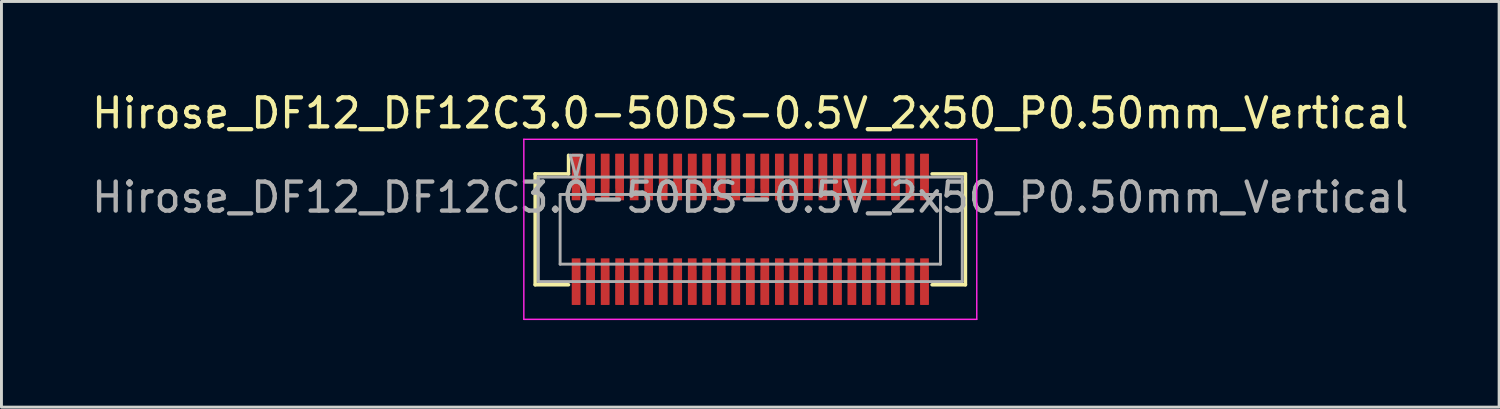
<source format=kicad_pcb>
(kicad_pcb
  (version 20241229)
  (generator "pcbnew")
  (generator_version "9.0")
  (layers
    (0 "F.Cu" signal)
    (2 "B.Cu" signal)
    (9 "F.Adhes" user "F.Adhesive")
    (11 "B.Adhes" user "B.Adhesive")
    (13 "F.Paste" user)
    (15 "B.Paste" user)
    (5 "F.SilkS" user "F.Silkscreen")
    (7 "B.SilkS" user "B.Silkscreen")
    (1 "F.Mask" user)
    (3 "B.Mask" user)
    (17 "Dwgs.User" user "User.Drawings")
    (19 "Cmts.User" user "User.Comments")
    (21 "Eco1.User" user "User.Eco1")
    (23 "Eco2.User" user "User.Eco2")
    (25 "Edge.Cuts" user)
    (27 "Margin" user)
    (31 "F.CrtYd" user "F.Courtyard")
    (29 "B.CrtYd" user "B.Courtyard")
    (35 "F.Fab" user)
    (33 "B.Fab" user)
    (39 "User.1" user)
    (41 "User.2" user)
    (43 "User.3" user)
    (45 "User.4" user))
  (footprint "Hirose_DF12_DF12C3.0-50DS-0.5V_2x50_P0.50mm_Vertical"
    (layer "F.Cu")
    (at 22.792 4.848)
    (property "Reference" "Hirose_DF12_DF12C3.0-50DS-0.5V_2x50_P0.50mm_Vertical" (at 0 -4 0) (layer "F.SilkS") (effects (font (size 1 1) (thickness 0.15))))
    (attr smd)
    (fp_line (start -7.41 -1.91) (end -6.26 -1.91) (stroke (width 0.12) (type solid)) (layer "F.SilkS"))
    (fp_line (start -7.41 1.91) (end -7.41 -1.91) (stroke (width 0.12) (type solid)) (layer "F.SilkS"))
    (fp_line (start -6.26 -1.91) (end -6.26 -2.55) (stroke (width 0.12) (type solid)) (layer "F.SilkS"))
    (fp_line (start -6.26 1.91) (end -7.41 1.91) (stroke (width 0.12) (type solid)) (layer "F.SilkS"))
    (fp_line (start 6.26 1.91) (end 7.41 1.91) (stroke (width 0.12) (type solid)) (layer "F.SilkS"))
    (fp_line (start 7.41 -1.91) (end 6.26 -1.91) (stroke (width 0.12) (type solid)) (layer "F.SilkS"))
    (fp_line (start 7.41 1.91) (end 7.41 -1.91) (stroke (width 0.12) (type solid)) (layer "F.SilkS"))
    (fp_line (start -7.8 -3.1) (end -7.8 3.1) (stroke (width 0.05) (type solid)) (layer "F.CrtYd"))
    (fp_line (start -7.8 3.1) (end 7.8 3.1) (stroke (width 0.05) (type solid)) (layer "F.CrtYd"))
    (fp_line (start 7.8 -3.1) (end -7.8 -3.1) (stroke (width 0.05) (type solid)) (layer "F.CrtYd"))
    (fp_line (start 7.8 3.1) (end 7.8 -3.1) (stroke (width 0.05) (type solid)) (layer "F.CrtYd"))
    (fp_line (start -7.3 -1.8) (end 7.3 -1.8) (stroke (width 0.1) (type solid)) (layer "F.Fab"))
    (fp_line (start -7.3 1.8) (end -7.3 -1.8) (stroke (width 0.1) (type solid)) (layer "F.Fab"))
    (fp_line (start -6.55 -1.2) (end 6.55 -1.2) (stroke (width 0.1) (type solid)) (layer "F.Fab"))
    (fp_line (start -6.55 1.2) (end -6.55 -1.2) (stroke (width 0.1) (type solid)) (layer "F.Fab"))
    (fp_line (start -6.2 -2.55) (end -6 -1.8) (stroke (width 0.1) (type solid)) (layer "F.Fab"))
    (fp_line (start -6 -1.8) (end -5.8 -2.55) (stroke (width 0.1) (type solid)) (layer "F.Fab"))
    (fp_line (start -5.8 -2.55) (end -6.2 -2.55) (stroke (width 0.1) (type solid)) (layer "F.Fab"))
    (fp_line (start 6.55 -1.2) (end 6.55 1.2) (stroke (width 0.1) (type solid)) (layer "F.Fab"))
    (fp_line (start 6.55 1.2) (end -6.55 1.2) (stroke (width 0.1) (type solid)) (layer "F.Fab"))
    (fp_line (start 7.3 -1.8) (end 7.3 1.8) (stroke (width 0.1) (type solid)) (layer "F.Fab"))
    (fp_line (start 7.3 1.8) (end -7.3 1.8) (stroke (width 0.1) (type solid)) (layer "F.Fab"))
    (fp_text user "${REFERENCE}" (at 0 -1.1 0) (layer "F.Fab") (effects (font (size 1 1) (thickness 0.15))))
    (pad "" smd rect (at -6 -2) (size 0.28 1.2) (layers "F.Cu" "F.Paste"))
    (pad "" smd rect (at -6 2) (size 0.28 1.2) (layers "F.Cu" "F.Paste"))
    (pad "" smd rect (at -5.5 -2) (size 0.28 1.2) (layers "F.Cu" "F.Paste"))
    (pad "" smd rect (at -5.5 2) (size 0.28 1.2) (layers "F.Cu" "F.Paste"))
    (pad "" smd rect (at -5 -2) (size 0.28 1.2) (layers "F.Cu" "F.Paste"))
    (pad "" smd rect (at -5 2) (size 0.28 1.2) (layers "F.Cu" "F.Paste"))
    (pad "" smd rect (at -4.5 -2) (size 0.28 1.2) (layers "F.Cu" "F.Paste"))
    (pad "" smd rect (at -4.5 2) (size 0.28 1.2) (layers "F.Cu" "F.Paste"))
    (pad "" smd rect (at -4 -2) (size 0.28 1.2) (layers "F.Cu" "F.Paste"))
    (pad "" smd rect (at -4 2) (size 0.28 1.2) (layers "F.Cu" "F.Paste"))
    (pad "" smd rect (at -3.5 -2) (size 0.28 1.2) (layers "F.Cu" "F.Paste"))
    (pad "" smd rect (at -3.5 2) (size 0.28 1.2) (layers "F.Cu" "F.Paste"))
    (pad "" smd rect (at -3 -2) (size 0.28 1.2) (layers "F.Cu" "F.Paste"))
    (pad "" smd rect (at -3 2) (size 0.28 1.2) (layers "F.Cu" "F.Paste"))
    (pad "" smd rect (at -2.5 -2) (size 0.28 1.2) (layers "F.Cu" "F.Paste"))
    (pad "" smd rect (at -2.5 2) (size 0.28 1.2) (layers "F.Cu" "F.Paste"))
    (pad "" smd rect (at -2 -2) (size 0.28 1.2) (layers "F.Cu" "F.Paste"))
    (pad "" smd rect (at -2 2) (size 0.28 1.2) (layers "F.Cu" "F.Paste"))
    (pad "" smd rect (at -1.5 -2) (size 0.28 1.2) (layers "F.Cu" "F.Paste"))
    (pad "" smd rect (at -1.5 2) (size 0.28 1.2) (layers "F.Cu" "F.Paste"))
    (pad "" smd rect (at -1 -2) (size 0.28 1.2) (layers "F.Cu" "F.Paste"))
    (pad "" smd rect (at -1 2) (size 0.28 1.2) (layers "F.Cu" "F.Paste"))
    (pad "" smd rect (at -0.5 -2) (size 0.28 1.2) (layers "F.Cu" "F.Paste"))
    (pad "" smd rect (at -0.5 2) (size 0.28 1.2) (layers "F.Cu" "F.Paste"))
    (pad "" smd rect (at 0 -2) (size 0.28 1.2) (layers "F.Cu" "F.Paste"))
    (pad "" smd rect (at 0 2) (size 0.28 1.2) (layers "F.Cu" "F.Paste"))
    (pad "" smd rect (at 0.5 -2) (size 0.28 1.2) (layers "F.Cu" "F.Paste"))
    (pad "" smd rect (at 0.5 2) (size 0.28 1.2) (layers "F.Cu" "F.Paste"))
    (pad "" smd rect (at 1 -2) (size 0.28 1.2) (layers "F.Cu" "F.Paste"))
    (pad "" smd rect (at 1 2) (size 0.28 1.2) (layers "F.Cu" "F.Paste"))
    (pad "" smd rect (at 1.5 -2) (size 0.28 1.2) (layers "F.Cu" "F.Paste"))
    (pad "" smd rect (at 1.5 2) (size 0.28 1.2) (layers "F.Cu" "F.Paste"))
    (pad "" smd rect (at 2 -2) (size 0.28 1.2) (layers "F.Cu" "F.Paste"))
    (pad "" smd rect (at 2 2) (size 0.28 1.2) (layers "F.Cu" "F.Paste"))
    (pad "" smd rect (at 2.5 -2) (size 0.28 1.2) (layers "F.Cu" "F.Paste"))
    (pad "" smd rect (at 2.5 2) (size 0.28 1.2) (layers "F.Cu" "F.Paste"))
    (pad "" smd rect (at 3 -2) (size 0.28 1.2) (layers "F.Cu" "F.Paste"))
    (pad "" smd rect (at 3 2) (size 0.28 1.2) (layers "F.Cu" "F.Paste"))
    (pad "" smd rect (at 3.5 -2) (size 0.28 1.2) (layers "F.Cu" "F.Paste"))
    (pad "" smd rect (at 3.5 2) (size 0.28 1.2) (layers "F.Cu" "F.Paste"))
    (pad "" smd rect (at 4 -2) (size 0.28 1.2) (layers "F.Cu" "F.Paste"))
    (pad "" smd rect (at 4 2) (size 0.28 1.2) (layers "F.Cu" "F.Paste"))
    (pad "" smd rect (at 4.5 -2) (size 0.28 1.2) (layers "F.Cu" "F.Paste"))
    (pad "" smd rect (at 4.5 2) (size 0.28 1.2) (layers "F.Cu" "F.Paste"))
    (pad "" smd rect (at 5 -2) (size 0.28 1.2) (layers "F.Cu" "F.Paste"))
    (pad "" smd rect (at 5 2) (size 0.28 1.2) (layers "F.Cu" "F.Paste"))
    (pad "" smd rect (at 5.5 -2) (size 0.28 1.2) (layers "F.Cu" "F.Paste"))
    (pad "" smd rect (at 5.5 2) (size 0.28 1.2) (layers "F.Cu" "F.Paste"))
    (pad "" smd rect (at 6 -2) (size 0.28 1.2) (layers "F.Cu" "F.Paste"))
    (pad "" smd rect (at 6 2) (size 0.28 1.2) (layers "F.Cu" "F.Paste"))
    (pad "1" smd rect (at -6 -1.8) (size 0.3 1.6) (layers "F.Cu" "F.Mask"))
    (pad "2" smd rect (at -5.5 -1.8) (size 0.3 1.6) (layers "F.Cu" "F.Mask"))
    (pad "3" smd rect (at -5 -1.8) (size 0.3 1.6) (layers "F.Cu" "F.Mask"))
    (pad "4" smd rect (at -4.5 -1.8) (size 0.3 1.6) (layers "F.Cu" "F.Mask"))
    (pad "5" smd rect (at -4 -1.8) (size 0.3 1.6) (layers "F.Cu" "F.Mask"))
    (pad "6" smd rect (at -3.5 -1.8) (size 0.3 1.6) (layers "F.Cu" "F.Mask"))
    (pad "7" smd rect (at -3 -1.8) (size 0.3 1.6) (layers "F.Cu" "F.Mask"))
    (pad "8" smd rect (at -2.5 -1.8) (size 0.3 1.6) (layers "F.Cu" "F.Mask"))
    (pad "9" smd rect (at -2 -1.8) (size 0.3 1.6) (layers "F.Cu" "F.Mask"))
    (pad "10" smd rect (at -1.5 -1.8) (size 0.3 1.6) (layers "F.Cu" "F.Mask"))
    (pad "11" smd rect (at -1 -1.8) (size 0.3 1.6) (layers "F.Cu" "F.Mask"))
    (pad "12" smd rect (at -0.5 -1.8) (size 0.3 1.6) (layers "F.Cu" "F.Mask"))
    (pad "13" smd rect (at 0 -1.8) (size 0.3 1.6) (layers "F.Cu" "F.Mask"))
    (pad "14" smd rect (at 0.5 -1.8) (size 0.3 1.6) (layers "F.Cu" "F.Mask"))
    (pad "15" smd rect (at 1 -1.8) (size 0.3 1.6) (layers "F.Cu" "F.Mask"))
    (pad "16" smd rect (at 1.5 -1.8) (size 0.3 1.6) (layers "F.Cu" "F.Mask"))
    (pad "17" smd rect (at 2 -1.8) (size 0.3 1.6) (layers "F.Cu" "F.Mask"))
    (pad "18" smd rect (at 2.5 -1.8) (size 0.3 1.6) (layers "F.Cu" "F.Mask"))
    (pad "19" smd rect (at 3 -1.8) (size 0.3 1.6) (layers "F.Cu" "F.Mask"))
    (pad "20" smd rect (at 3.5 -1.8) (size 0.3 1.6) (layers "F.Cu" "F.Mask"))
    (pad "21" smd rect (at 4 -1.8) (size 0.3 1.6) (layers "F.Cu" "F.Mask"))
    (pad "22" smd rect (at 4.5 -1.8) (size 0.3 1.6) (layers "F.Cu" "F.Mask"))
    (pad "23" smd rect (at 5 -1.8) (size 0.3 1.6) (layers "F.Cu" "F.Mask"))
    (pad "24" smd rect (at 5.5 -1.8) (size 0.3 1.6) (layers "F.Cu" "F.Mask"))
    (pad "25" smd rect (at 6 -1.8) (size 0.3 1.6) (layers "F.Cu" "F.Mask"))
    (pad "26" smd rect (at -6 1.8) (size 0.3 1.6) (layers "F.Cu" "F.Mask"))
    (pad "27" smd rect (at -5.5 1.8) (size 0.3 1.6) (layers "F.Cu" "F.Mask"))
    (pad "28" smd rect (at -5 1.8) (size 0.3 1.6) (layers "F.Cu" "F.Mask"))
    (pad "29" smd rect (at -4.5 1.8) (size 0.3 1.6) (layers "F.Cu" "F.Mask"))
    (pad "30" smd rect (at -4 1.8) (size 0.3 1.6) (layers "F.Cu" "F.Mask"))
    (pad "31" smd rect (at -3.5 1.8) (size 0.3 1.6) (layers "F.Cu" "F.Mask"))
    (pad "32" smd rect (at -3 1.8) (size 0.3 1.6) (layers "F.Cu" "F.Mask"))
    (pad "33" smd rect (at -2.5 1.8) (size 0.3 1.6) (layers "F.Cu" "F.Mask"))
    (pad "34" smd rect (at -2 1.8) (size 0.3 1.6) (layers "F.Cu" "F.Mask"))
    (pad "35" smd rect (at -1.5 1.8) (size 0.3 1.6) (layers "F.Cu" "F.Mask"))
    (pad "36" smd rect (at -1 1.8) (size 0.3 1.6) (layers "F.Cu" "F.Mask"))
    (pad "37" smd rect (at -0.5 1.8) (size 0.3 1.6) (layers "F.Cu" "F.Mask"))
    (pad "38" smd rect (at 0 1.8) (size 0.3 1.6) (layers "F.Cu" "F.Mask"))
    (pad "39" smd rect (at 0.5 1.8) (size 0.3 1.6) (layers "F.Cu" "F.Mask"))
    (pad "40" smd rect (at 1 1.8) (size 0.3 1.6) (layers "F.Cu" "F.Mask"))
    (pad "41" smd rect (at 1.5 1.8) (size 0.3 1.6) (layers "F.Cu" "F.Mask"))
    (pad "42" smd rect (at 2 1.8) (size 0.3 1.6) (layers "F.Cu" "F.Mask"))
    (pad "43" smd rect (at 2.5 1.8) (size 0.3 1.6) (layers "F.Cu" "F.Mask"))
    (pad "44" smd rect (at 3 1.8) (size 0.3 1.6) (layers "F.Cu" "F.Mask"))
    (pad "45" smd rect (at 3.5 1.8) (size 0.3 1.6) (layers "F.Cu" "F.Mask"))
    (pad "46" smd rect (at 4 1.8) (size 0.3 1.6) (layers "F.Cu" "F.Mask"))
    (pad "47" smd rect (at 4.5 1.8) (size 0.3 1.6) (layers "F.Cu" "F.Mask"))
    (pad "48" smd rect (at 5 1.8) (size 0.3 1.6) (layers "F.Cu" "F.Mask"))
    (pad "49" smd rect (at 5.5 1.8) (size 0.3 1.6) (layers "F.Cu" "F.Mask"))
    (pad "50" smd rect (at 6 1.8) (size 0.3 1.6) (layers "F.Cu" "F.Mask")))
  (gr_rect
    (start -3 -3)
    (end 48.583 10.973)
    (stroke (width 0.1) (type default))
    (fill no)
    (layer "Edge.Cuts")))
</source>
